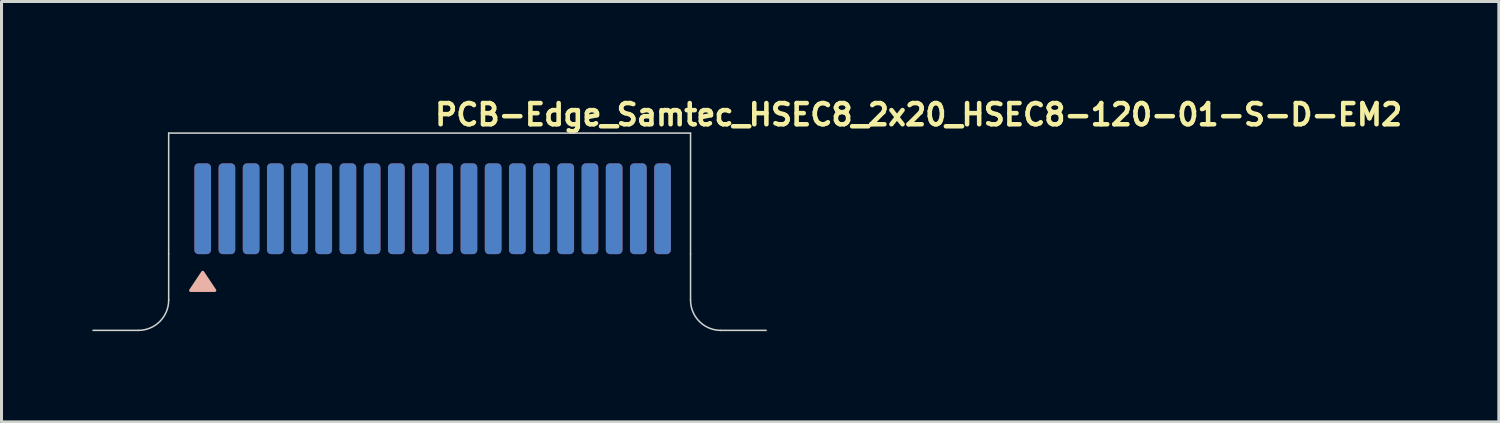
<source format=kicad_pcb>
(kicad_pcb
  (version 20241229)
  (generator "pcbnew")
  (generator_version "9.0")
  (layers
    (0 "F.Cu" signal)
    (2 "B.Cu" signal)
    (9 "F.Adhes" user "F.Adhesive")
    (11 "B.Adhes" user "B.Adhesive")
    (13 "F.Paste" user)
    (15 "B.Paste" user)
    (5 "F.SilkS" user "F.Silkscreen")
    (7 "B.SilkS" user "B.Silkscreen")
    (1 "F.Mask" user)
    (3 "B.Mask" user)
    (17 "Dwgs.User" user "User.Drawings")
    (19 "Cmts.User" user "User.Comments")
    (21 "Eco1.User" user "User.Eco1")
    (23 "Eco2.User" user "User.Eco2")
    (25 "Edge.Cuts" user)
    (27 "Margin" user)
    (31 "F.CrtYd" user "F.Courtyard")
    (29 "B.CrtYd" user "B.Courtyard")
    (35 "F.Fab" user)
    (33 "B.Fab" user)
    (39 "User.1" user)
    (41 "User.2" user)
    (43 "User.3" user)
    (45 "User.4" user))
  (footprint "PCB-Edge_Samtec_HSEC8_2x20_HSEC8-120-01-S-D-EM2"
    (layer "F.Cu")
    (at 11.25 5.35)
    (property "Reference" "PCB-Edge_Samtec_HSEC8_2x20_HSEC8-120-01-S-D-EM2" (at 0 -4.2 0) (unlocked yes) (layer "F.SilkS") (effects (font (size 0.7 0.7) (thickness 0.15)) (justify left bottom)))
    (attr exclude_from_pos_files exclude_from_bom)
    (fp_poly (pts (xy -7.6 0.6) (xy -8 1.2) (xy -7.2 1.2)) (stroke (width 0.1) (type solid)) (fill yes) (layer "B.SilkS"))
    (fp_line (start -9.725 2.52) (end -11.225 2.52) (stroke (width 0.05) (type default)) (layer "Edge.Cuts"))
    (fp_line (start -8.725 -4) (end -8.725 0) (stroke (width 0.05) (type default)) (layer "Edge.Cuts"))
    (fp_line (start -8.725 -4) (end 8.525 -4) (stroke (width 0.05) (type default)) (layer "Edge.Cuts"))
    (fp_line (start -8.725 1.52) (end -8.725 0) (stroke (width 0.05) (type default)) (layer "Edge.Cuts"))
    (fp_line (start 8.525 -4) (end 8.525 0) (stroke (width 0.05) (type default)) (layer "Edge.Cuts"))
    (fp_line (start 8.525 1.52) (end 8.525 0) (stroke (width 0.05) (type default)) (layer "Edge.Cuts"))
    (fp_line (start 9.525 2.52) (end 11.025 2.52) (stroke (width 0.05) (type default)) (layer "Edge.Cuts"))
    (fp_arc (start -8.725 1.52) (mid -9.018 2.227) (end -9.725 2.52) (stroke (width 0.05) (type default)) (layer "Edge.Cuts"))
    (fp_arc (start 9.525 2.52) (mid 8.818 2.227) (end 8.525 1.52) (stroke (width 0.05) (type default)) (layer "Edge.Cuts"))
    (pad "1" smd roundrect (at -7.6 -1.5 270) (size 3 0.55) (layers "B.Cu" "B.Mask") (roundrect_rratio 0.25))
    (pad "2" smd roundrect (at -7.6 -1.5 90) (size 3 0.55) (layers "F.Cu" "F.Mask") (roundrect_rratio 0.25))
    (pad "3" smd roundrect (at -6.8 -1.5 270) (size 3 0.55) (layers "B.Cu" "B.Mask") (roundrect_rratio 0.25))
    (pad "4" smd roundrect (at -6.8 -1.5 90) (size 3 0.55) (layers "F.Cu" "F.Mask") (roundrect_rratio 0.25))
    (pad "5" smd roundrect (at -6 -1.5 270) (size 3 0.55) (layers "B.Cu" "B.Mask") (roundrect_rratio 0.25))
    (pad "6" smd roundrect (at -6 -1.5 90) (size 3 0.55) (layers "F.Cu" "F.Mask") (roundrect_rratio 0.25))
    (pad "7" smd roundrect (at -5.2 -1.5 270) (size 3 0.55) (layers "B.Cu" "B.Mask") (roundrect_rratio 0.25))
    (pad "8" smd roundrect (at -5.2 -1.5 90) (size 3 0.55) (layers "F.Cu" "F.Mask") (roundrect_rratio 0.25))
    (pad "9" smd roundrect (at -4.4 -1.5 270) (size 3 0.55) (layers "B.Cu" "B.Mask") (roundrect_rratio 0.25))
    (pad "10" smd roundrect (at -4.4 -1.5 90) (size 3 0.55) (layers "F.Cu" "F.Mask") (roundrect_rratio 0.25))
    (pad "11" smd roundrect (at -3.6 -1.5 270) (size 3 0.55) (layers "B.Cu" "B.Mask") (roundrect_rratio 0.25))
    (pad "12" smd roundrect (at -3.6 -1.5 90) (size 3 0.55) (layers "F.Cu" "F.Mask") (roundrect_rratio 0.25))
    (pad "13" smd roundrect (at -2.8 -1.5 270) (size 3 0.55) (layers "B.Cu" "B.Mask") (roundrect_rratio 0.25))
    (pad "14" smd roundrect (at -2.8 -1.5 90) (size 3 0.55) (layers "F.Cu" "F.Mask") (roundrect_rratio 0.25))
    (pad "15" smd roundrect (at -2 -1.5 270) (size 3 0.55) (layers "B.Cu" "B.Mask") (roundrect_rratio 0.25))
    (pad "16" smd roundrect (at -2 -1.5 90) (size 3 0.55) (layers "F.Cu" "F.Mask") (roundrect_rratio 0.25))
    (pad "17" smd roundrect (at -1.2 -1.5 270) (size 3 0.55) (layers "B.Cu" "B.Mask") (roundrect_rratio 0.25))
    (pad "18" smd roundrect (at -1.2 -1.5 90) (size 3 0.55) (layers "F.Cu" "F.Mask") (roundrect_rratio 0.25))
    (pad "19" smd roundrect (at -0.4 -1.5 270) (size 3 0.55) (layers "B.Cu" "B.Mask") (roundrect_rratio 0.25))
    (pad "20" smd roundrect (at -0.4 -1.5 90) (size 3 0.55) (layers "F.Cu" "F.Mask") (roundrect_rratio 0.25))
    (pad "21" smd roundrect (at 0.4 -1.5 270) (size 3 0.55) (layers "B.Cu" "B.Mask") (roundrect_rratio 0.25))
    (pad "22" smd roundrect (at 0.4 -1.5 90) (size 3 0.55) (layers "F.Cu" "F.Mask") (roundrect_rratio 0.25))
    (pad "23" smd roundrect (at 1.2 -1.5 270) (size 3 0.55) (layers "B.Cu" "B.Mask") (roundrect_rratio 0.25))
    (pad "24" smd roundrect (at 1.2 -1.5 90) (size 3 0.55) (layers "F.Cu" "F.Mask") (roundrect_rratio 0.25))
    (pad "25" smd roundrect (at 2 -1.5 270) (size 3 0.55) (layers "B.Cu" "B.Mask") (roundrect_rratio 0.25))
    (pad "26" smd roundrect (at 2 -1.5 90) (size 3 0.55) (layers "F.Cu" "F.Mask") (roundrect_rratio 0.25))
    (pad "27" smd roundrect (at 2.8 -1.5 270) (size 3 0.55) (layers "B.Cu" "B.Mask") (roundrect_rratio 0.25))
    (pad "28" smd roundrect (at 2.8 -1.5 90) (size 3 0.55) (layers "F.Cu" "F.Mask") (roundrect_rratio 0.25))
    (pad "29" smd roundrect (at 3.6 -1.5 270) (size 3 0.55) (layers "B.Cu" "B.Mask") (roundrect_rratio 0.25))
    (pad "30" smd roundrect (at 3.6 -1.5 90) (size 3 0.55) (layers "F.Cu" "F.Mask") (roundrect_rratio 0.25))
    (pad "31" smd roundrect (at 4.4 -1.5 270) (size 3 0.55) (layers "B.Cu" "B.Mask") (roundrect_rratio 0.25))
    (pad "32" smd roundrect (at 4.4 -1.5 90) (size 3 0.55) (layers "F.Cu" "F.Mask") (roundrect_rratio 0.25))
    (pad "33" smd roundrect (at 5.2 -1.5 270) (size 3 0.55) (layers "B.Cu" "B.Mask") (roundrect_rratio 0.25))
    (pad "34" smd roundrect (at 5.2 -1.5 90) (size 3 0.55) (layers "F.Cu" "F.Mask") (roundrect_rratio 0.25))
    (pad "35" smd roundrect (at 6 -1.5 270) (size 3 0.55) (layers "B.Cu" "B.Mask") (roundrect_rratio 0.25))
    (pad "36" smd roundrect (at 6 -1.5 90) (size 3 0.55) (layers "F.Cu" "F.Mask") (roundrect_rratio 0.25))
    (pad "37" smd roundrect (at 6.8 -1.5 270) (size 3 0.55) (layers "B.Cu" "B.Mask") (roundrect_rratio 0.25))
    (pad "38" smd roundrect (at 6.8 -1.5 90) (size 3 0.55) (layers "F.Cu" "F.Mask") (roundrect_rratio 0.25))
    (pad "39" smd roundrect (at 7.6 -1.5 270) (size 3 0.55) (layers "B.Cu" "B.Mask") (roundrect_rratio 0.25))
    (pad "40" smd roundrect (at 7.6 -1.5 90) (size 3 0.55) (layers "F.Cu" "F.Mask") (roundrect_rratio 0.25)))
  (gr_rect
    (start -3 -3)
    (end 46.493 10.895)
    (stroke (width 0.1) (type default))
    (fill no)
    (layer "Edge.Cuts")))
</source>
